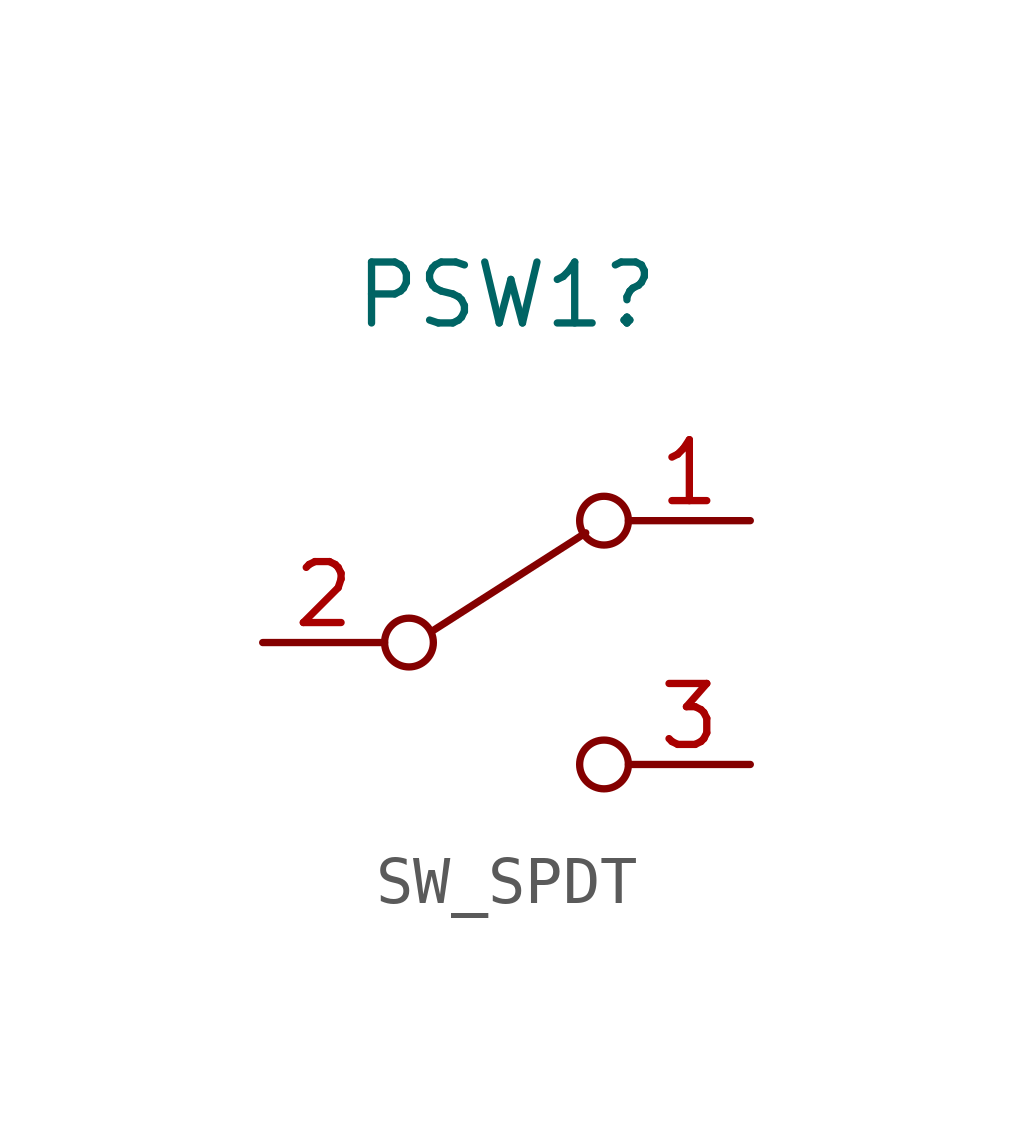
<source format=kicad_sym>
(kicad_symbol_lib
  (version 20241209)
  (generator "kicad_symbol_editor")
  (generator_version "9.0")
  (symbol "SW_SPDT"
    (pin_names
      (offset 0)
      (hide yes))
    (property "Reference" "PSW1"
      (at 0 7.239 0)
      (effects (font (size 1.27 1.27))))
    (property "Description" ""
      (at 0 0 0)
      (effects (font (size 1.27 1.27))))
    (symbol "SW_SPDT_0_0"
      (circle (center -2.032 0) (radius 0.508) (stroke (width 0) (type default)) (fill (type none)))
      (circle (center 2.032 -2.54) (radius 0.508) (stroke (width 0) (type default)) (fill (type none))))
    (symbol "SW_SPDT_0_1"
      (polyline (pts (xy -1.524 0.254) (xy 1.651 2.286)) (stroke (width 0) (type default)) (fill (type none)))
      (circle (center 2.032 2.54) (radius 0.508) (stroke (width 0) (type default)) (fill (type none))))
    (symbol "SW_SPDT_1_1"
      (pin passive line (at -5.08 0 0) (length 2.54) (name "B" (effects (font (size 1.27 1.27)))) (number "2" (effects (font (size 1.27 1.27)))))
      (pin passive line (at 5.08 2.54 180) (length 2.54) (name "A" (effects (font (size 1.27 1.27)))) (number "1" (effects (font (size 1.27 1.27)))))
      (pin passive line (at 5.08 -2.54 180) (length 2.54) (name "C" (effects (font (size 1.27 1.27)))) (number "3" (effects (font (size 1.27 1.27))))))))
</source>
